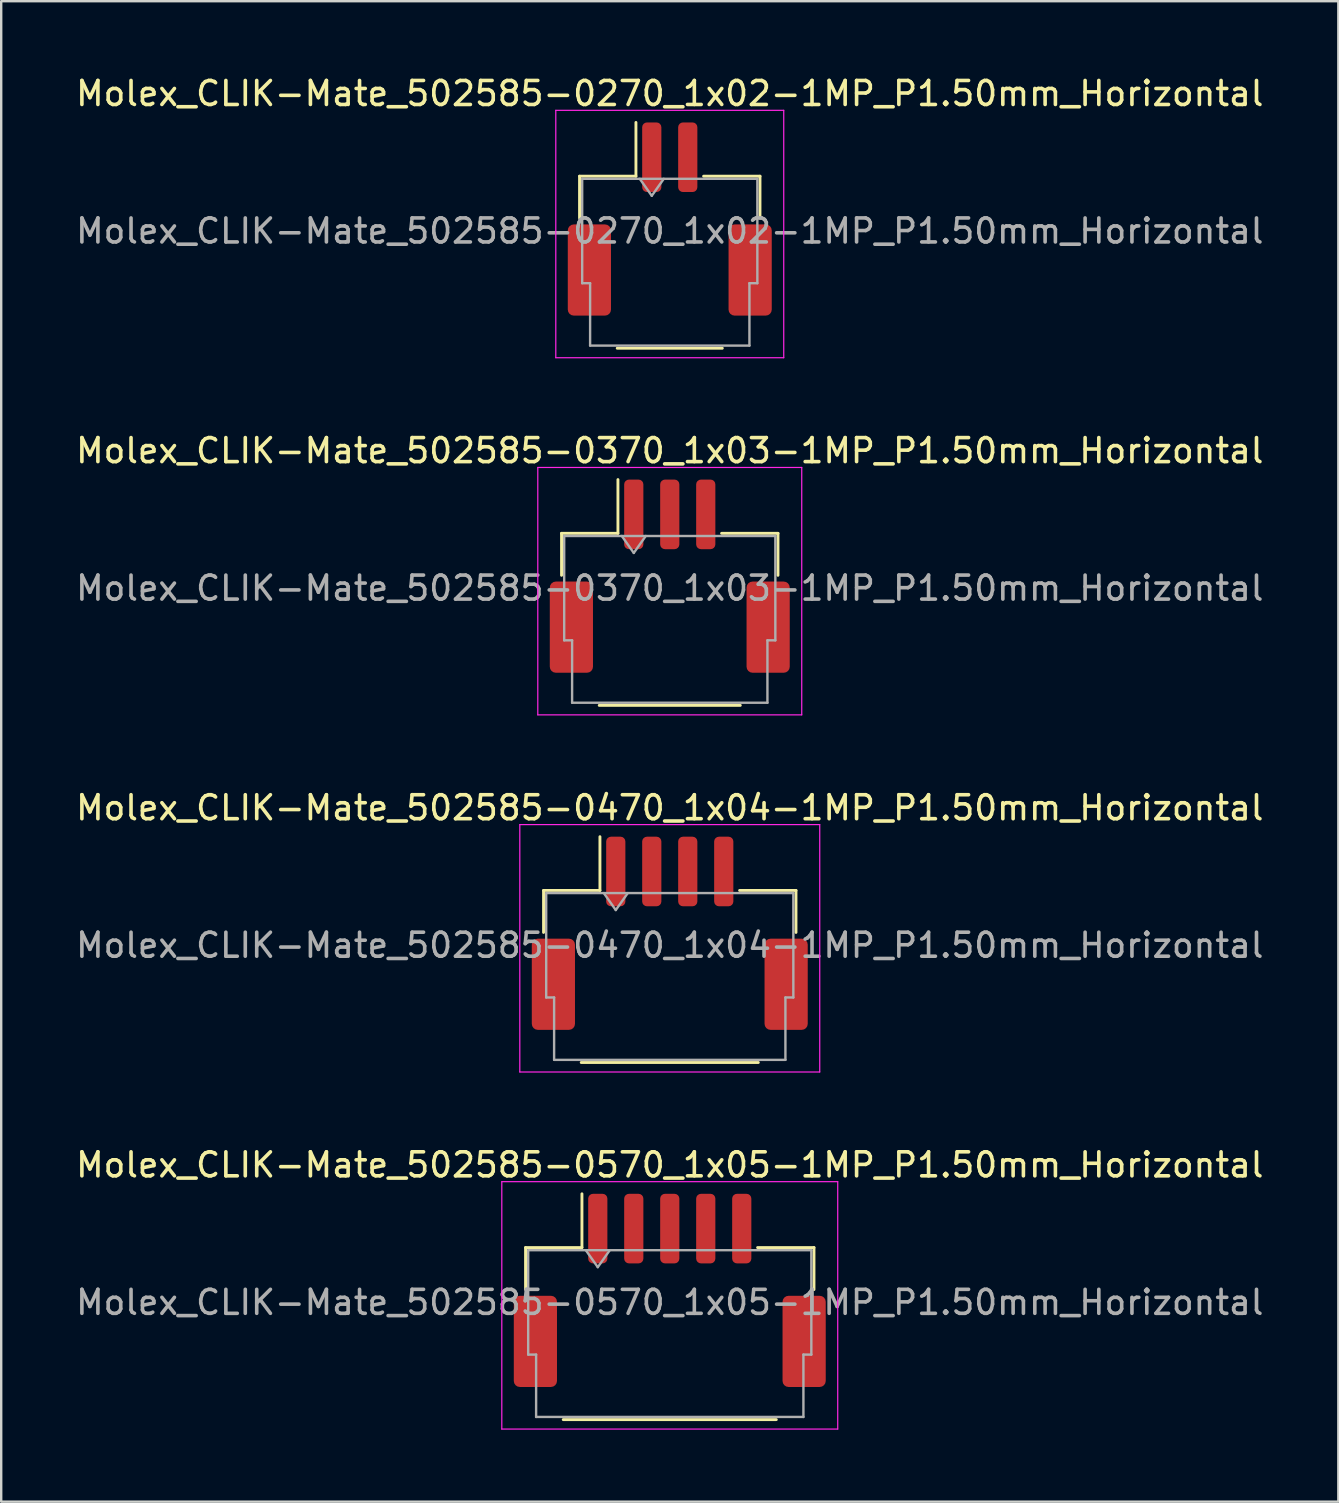
<source format=kicad_pcb>
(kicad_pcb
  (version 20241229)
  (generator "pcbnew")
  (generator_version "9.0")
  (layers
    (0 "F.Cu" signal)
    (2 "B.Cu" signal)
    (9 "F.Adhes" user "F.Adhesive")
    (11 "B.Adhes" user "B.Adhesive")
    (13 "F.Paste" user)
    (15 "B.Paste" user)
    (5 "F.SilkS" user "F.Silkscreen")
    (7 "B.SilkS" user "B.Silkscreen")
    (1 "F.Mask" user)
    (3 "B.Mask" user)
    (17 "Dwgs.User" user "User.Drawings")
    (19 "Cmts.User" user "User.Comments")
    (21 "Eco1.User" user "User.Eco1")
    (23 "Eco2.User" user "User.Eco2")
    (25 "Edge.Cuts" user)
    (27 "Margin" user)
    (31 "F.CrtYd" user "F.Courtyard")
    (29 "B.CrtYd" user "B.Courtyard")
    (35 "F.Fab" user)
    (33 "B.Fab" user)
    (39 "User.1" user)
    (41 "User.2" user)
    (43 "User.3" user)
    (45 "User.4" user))
  (footprint "Molex_CLIK-Mate_502585-0570_1x05-1MP_P1.50mm_Horizontal"
    (layer "F.Cu")
    (at 24.863 50.728)
    (property "Reference" "Molex_CLIK-Mate_502585-0570_1x05-1MP_P1.50mm_Horizontal" (at 0 -5.23 0) (layer "F.SilkS") (effects (font (size 1 1) (thickness 0.15))))
    (attr smd)
    (fp_line (start -6.01 -1.785) (end -3.66 -1.785) (stroke (width 0.12) (type solid)) (layer "F.SilkS"))
    (fp_line (start -6.01 -0.035) (end -6.01 -1.785) (stroke (width 0.12) (type solid)) (layer "F.SilkS"))
    (fp_line (start -4.44 5.385) (end 4.44 5.385) (stroke (width 0.12) (type solid)) (layer "F.SilkS"))
    (fp_line (start -3.66 -1.785) (end -3.66 -4.025) (stroke (width 0.12) (type solid)) (layer "F.SilkS"))
    (fp_line (start 6.01 -1.785) (end 3.66 -1.785) (stroke (width 0.12) (type solid)) (layer "F.SilkS"))
    (fp_line (start 6.01 -0.035) (end 6.01 -1.785) (stroke (width 0.12) (type solid)) (layer "F.SilkS"))
    (fp_line (start -7 -4.53) (end -7 5.78) (stroke (width 0.05) (type solid)) (layer "F.CrtYd"))
    (fp_line (start -7 5.78) (end 7 5.78) (stroke (width 0.05) (type solid)) (layer "F.CrtYd"))
    (fp_line (start 7 -4.53) (end -7 -4.53) (stroke (width 0.05) (type solid)) (layer "F.CrtYd"))
    (fp_line (start 7 5.78) (end 7 -4.53) (stroke (width 0.05) (type solid)) (layer "F.CrtYd"))
    (fp_line (start -5.9 -1.675) (end -5.9 2.675) (stroke (width 0.1) (type solid)) (layer "F.Fab"))
    (fp_line (start -5.9 -1.675) (end 5.9 -1.675) (stroke (width 0.1) (type solid)) (layer "F.Fab"))
    (fp_line (start -5.9 2.675) (end -5.57 2.675) (stroke (width 0.1) (type solid)) (layer "F.Fab"))
    (fp_line (start -5.57 2.675) (end -5.57 5.275) (stroke (width 0.1) (type solid)) (layer "F.Fab"))
    (fp_line (start -5.57 5.275) (end 5.57 5.275) (stroke (width 0.1) (type solid)) (layer "F.Fab"))
    (fp_line (start -3.5 -1.675) (end -3 -0.968) (stroke (width 0.1) (type solid)) (layer "F.Fab"))
    (fp_line (start -3 -0.968) (end -2.5 -1.675) (stroke (width 0.1) (type solid)) (layer "F.Fab"))
    (fp_line (start 5.57 2.675) (end 5.9 2.675) (stroke (width 0.1) (type solid)) (layer "F.Fab"))
    (fp_line (start 5.57 5.275) (end 5.57 2.675) (stroke (width 0.1) (type solid)) (layer "F.Fab"))
    (fp_line (start 5.9 -1.675) (end 5.9 2.675) (stroke (width 0.1) (type solid)) (layer "F.Fab"))
    (fp_text user "${REFERENCE}" (at 0 0.5 0) (layer "F.Fab") (effects (font (size 1 1) (thickness 0.15))))
    (pad "1" smd roundrect (at -3 -2.575) (size 0.8 2.9) (layers "F.Cu" "F.Mask" "F.Paste") (roundrect_rratio 0.25))
    (pad "2" smd roundrect (at -1.5 -2.575) (size 0.8 2.9) (layers "F.Cu" "F.Mask" "F.Paste") (roundrect_rratio 0.25))
    (pad "3" smd roundrect (at 0 -2.575) (size 0.8 2.9) (layers "F.Cu" "F.Mask" "F.Paste") (roundrect_rratio 0.25))
    (pad "4" smd roundrect (at 1.5 -2.575) (size 0.8 2.9) (layers "F.Cu" "F.Mask" "F.Paste") (roundrect_rratio 0.25))
    (pad "5" smd roundrect (at 3 -2.575) (size 0.8 2.9) (layers "F.Cu" "F.Mask" "F.Paste") (roundrect_rratio 0.25))
    (pad "MP" smd roundrect (at -5.6 2.125) (size 1.8 3.8) (layers "F.Cu" "F.Mask" "F.Paste") (roundrect_rratio 0.139))
    (pad "MP" smd roundrect (at 5.6 2.125) (size 1.8 3.8) (layers "F.Cu" "F.Mask" "F.Paste") (roundrect_rratio 0.139)))
  (footprint "Molex_CLIK-Mate_502585-0470_1x04-1MP_P1.50mm_Horizontal"
    (layer "F.Cu")
    (at 24.863 35.845)
    (property "Reference" "Molex_CLIK-Mate_502585-0470_1x04-1MP_P1.50mm_Horizontal" (at 0 -5.23 0) (layer "F.SilkS") (effects (font (size 1 1) (thickness 0.15))))
    (attr smd)
    (fp_line (start -5.26 -1.785) (end -2.91 -1.785) (stroke (width 0.12) (type solid)) (layer "F.SilkS"))
    (fp_line (start -5.26 -0.035) (end -5.26 -1.785) (stroke (width 0.12) (type solid)) (layer "F.SilkS"))
    (fp_line (start -3.69 5.385) (end 3.69 5.385) (stroke (width 0.12) (type solid)) (layer "F.SilkS"))
    (fp_line (start -2.91 -1.785) (end -2.91 -4.025) (stroke (width 0.12) (type solid)) (layer "F.SilkS"))
    (fp_line (start 5.26 -1.785) (end 2.91 -1.785) (stroke (width 0.12) (type solid)) (layer "F.SilkS"))
    (fp_line (start 5.26 -0.035) (end 5.26 -1.785) (stroke (width 0.12) (type solid)) (layer "F.SilkS"))
    (fp_line (start -6.25 -4.53) (end -6.25 5.78) (stroke (width 0.05) (type solid)) (layer "F.CrtYd"))
    (fp_line (start -6.25 5.78) (end 6.25 5.78) (stroke (width 0.05) (type solid)) (layer "F.CrtYd"))
    (fp_line (start 6.25 -4.53) (end -6.25 -4.53) (stroke (width 0.05) (type solid)) (layer "F.CrtYd"))
    (fp_line (start 6.25 5.78) (end 6.25 -4.53) (stroke (width 0.05) (type solid)) (layer "F.CrtYd"))
    (fp_line (start -5.15 -1.675) (end -5.15 2.675) (stroke (width 0.1) (type solid)) (layer "F.Fab"))
    (fp_line (start -5.15 -1.675) (end 5.15 -1.675) (stroke (width 0.1) (type solid)) (layer "F.Fab"))
    (fp_line (start -5.15 2.675) (end -4.82 2.675) (stroke (width 0.1) (type solid)) (layer "F.Fab"))
    (fp_line (start -4.82 2.675) (end -4.82 5.275) (stroke (width 0.1) (type solid)) (layer "F.Fab"))
    (fp_line (start -4.82 5.275) (end 4.82 5.275) (stroke (width 0.1) (type solid)) (layer "F.Fab"))
    (fp_line (start -2.75 -1.675) (end -2.25 -0.968) (stroke (width 0.1) (type solid)) (layer "F.Fab"))
    (fp_line (start -2.25 -0.968) (end -1.75 -1.675) (stroke (width 0.1) (type solid)) (layer "F.Fab"))
    (fp_line (start 4.82 2.675) (end 5.15 2.675) (stroke (width 0.1) (type solid)) (layer "F.Fab"))
    (fp_line (start 4.82 5.275) (end 4.82 2.675) (stroke (width 0.1) (type solid)) (layer "F.Fab"))
    (fp_line (start 5.15 -1.675) (end 5.15 2.675) (stroke (width 0.1) (type solid)) (layer "F.Fab"))
    (fp_text user "${REFERENCE}" (at 0 0.5 0) (layer "F.Fab") (effects (font (size 1 1) (thickness 0.15))))
    (pad "1" smd roundrect (at -2.25 -2.575) (size 0.8 2.9) (layers "F.Cu" "F.Mask" "F.Paste") (roundrect_rratio 0.25))
    (pad "2" smd roundrect (at -0.75 -2.575) (size 0.8 2.9) (layers "F.Cu" "F.Mask" "F.Paste") (roundrect_rratio 0.25))
    (pad "3" smd roundrect (at 0.75 -2.575) (size 0.8 2.9) (layers "F.Cu" "F.Mask" "F.Paste") (roundrect_rratio 0.25))
    (pad "4" smd roundrect (at 2.25 -2.575) (size 0.8 2.9) (layers "F.Cu" "F.Mask" "F.Paste") (roundrect_rratio 0.25))
    (pad "MP" smd roundrect (at -4.85 2.125) (size 1.8 3.8) (layers "F.Cu" "F.Mask" "F.Paste") (roundrect_rratio 0.139))
    (pad "MP" smd roundrect (at 4.85 2.125) (size 1.8 3.8) (layers "F.Cu" "F.Mask" "F.Paste") (roundrect_rratio 0.139)))
  (footprint "Molex_CLIK-Mate_502585-0370_1x03-1MP_P1.50mm_Horizontal"
    (layer "F.Cu")
    (at 24.863 20.962)
    (property "Reference" "Molex_CLIK-Mate_502585-0370_1x03-1MP_P1.50mm_Horizontal" (at 0 -5.23 0) (layer "F.SilkS") (effects (font (size 1 1) (thickness 0.15))))
    (attr smd)
    (fp_line (start -4.51 -1.785) (end -2.16 -1.785) (stroke (width 0.12) (type solid)) (layer "F.SilkS"))
    (fp_line (start -4.51 -0.035) (end -4.51 -1.785) (stroke (width 0.12) (type solid)) (layer "F.SilkS"))
    (fp_line (start -2.94 5.385) (end 2.94 5.385) (stroke (width 0.12) (type solid)) (layer "F.SilkS"))
    (fp_line (start -2.16 -1.785) (end -2.16 -4.025) (stroke (width 0.12) (type solid)) (layer "F.SilkS"))
    (fp_line (start 4.51 -1.785) (end 2.16 -1.785) (stroke (width 0.12) (type solid)) (layer "F.SilkS"))
    (fp_line (start 4.51 -0.035) (end 4.51 -1.785) (stroke (width 0.12) (type solid)) (layer "F.SilkS"))
    (fp_line (start -5.5 -4.53) (end -5.5 5.78) (stroke (width 0.05) (type solid)) (layer "F.CrtYd"))
    (fp_line (start -5.5 5.78) (end 5.5 5.78) (stroke (width 0.05) (type solid)) (layer "F.CrtYd"))
    (fp_line (start 5.5 -4.53) (end -5.5 -4.53) (stroke (width 0.05) (type solid)) (layer "F.CrtYd"))
    (fp_line (start 5.5 5.78) (end 5.5 -4.53) (stroke (width 0.05) (type solid)) (layer "F.CrtYd"))
    (fp_line (start -4.4 -1.675) (end -4.4 2.675) (stroke (width 0.1) (type solid)) (layer "F.Fab"))
    (fp_line (start -4.4 -1.675) (end 4.4 -1.675) (stroke (width 0.1) (type solid)) (layer "F.Fab"))
    (fp_line (start -4.4 2.675) (end -4.07 2.675) (stroke (width 0.1) (type solid)) (layer "F.Fab"))
    (fp_line (start -4.07 2.675) (end -4.07 5.275) (stroke (width 0.1) (type solid)) (layer "F.Fab"))
    (fp_line (start -4.07 5.275) (end 4.07 5.275) (stroke (width 0.1) (type solid)) (layer "F.Fab"))
    (fp_line (start -2 -1.675) (end -1.5 -0.968) (stroke (width 0.1) (type solid)) (layer "F.Fab"))
    (fp_line (start -1.5 -0.968) (end -1 -1.675) (stroke (width 0.1) (type solid)) (layer "F.Fab"))
    (fp_line (start 4.07 2.675) (end 4.4 2.675) (stroke (width 0.1) (type solid)) (layer "F.Fab"))
    (fp_line (start 4.07 5.275) (end 4.07 2.675) (stroke (width 0.1) (type solid)) (layer "F.Fab"))
    (fp_line (start 4.4 -1.675) (end 4.4 2.675) (stroke (width 0.1) (type solid)) (layer "F.Fab"))
    (fp_text user "${REFERENCE}" (at 0 0.5 0) (layer "F.Fab") (effects (font (size 1 1) (thickness 0.15))))
    (pad "1" smd roundrect (at -1.5 -2.575) (size 0.8 2.9) (layers "F.Cu" "F.Mask" "F.Paste") (roundrect_rratio 0.25))
    (pad "2" smd roundrect (at 0 -2.575) (size 0.8 2.9) (layers "F.Cu" "F.Mask" "F.Paste") (roundrect_rratio 0.25))
    (pad "3" smd roundrect (at 1.5 -2.575) (size 0.8 2.9) (layers "F.Cu" "F.Mask" "F.Paste") (roundrect_rratio 0.25))
    (pad "MP" smd roundrect (at -4.1 2.125) (size 1.8 3.8) (layers "F.Cu" "F.Mask" "F.Paste") (roundrect_rratio 0.139))
    (pad "MP" smd roundrect (at 4.1 2.125) (size 1.8 3.8) (layers "F.Cu" "F.Mask" "F.Paste") (roundrect_rratio 0.139)))
  (footprint "Molex_CLIK-Mate_502585-0270_1x02-1MP_P1.50mm_Horizontal"
    (layer "F.Cu")
    (at 24.863 6.078)
    (property "Reference" "Molex_CLIK-Mate_502585-0270_1x02-1MP_P1.50mm_Horizontal" (at 0 -5.23 0) (layer "F.SilkS") (effects (font (size 1 1) (thickness 0.15))))
    (attr smd)
    (fp_line (start -3.76 -1.785) (end -1.41 -1.785) (stroke (width 0.12) (type solid)) (layer "F.SilkS"))
    (fp_line (start -3.76 -0.035) (end -3.76 -1.785) (stroke (width 0.12) (type solid)) (layer "F.SilkS"))
    (fp_line (start -2.19 5.385) (end 2.19 5.385) (stroke (width 0.12) (type solid)) (layer "F.SilkS"))
    (fp_line (start -1.41 -1.785) (end -1.41 -4.025) (stroke (width 0.12) (type solid)) (layer "F.SilkS"))
    (fp_line (start 3.76 -1.785) (end 1.41 -1.785) (stroke (width 0.12) (type solid)) (layer "F.SilkS"))
    (fp_line (start 3.76 -0.035) (end 3.76 -1.785) (stroke (width 0.12) (type solid)) (layer "F.SilkS"))
    (fp_line (start -4.75 -4.53) (end -4.75 5.78) (stroke (width 0.05) (type solid)) (layer "F.CrtYd"))
    (fp_line (start -4.75 5.78) (end 4.75 5.78) (stroke (width 0.05) (type solid)) (layer "F.CrtYd"))
    (fp_line (start 4.75 -4.53) (end -4.75 -4.53) (stroke (width 0.05) (type solid)) (layer "F.CrtYd"))
    (fp_line (start 4.75 5.78) (end 4.75 -4.53) (stroke (width 0.05) (type solid)) (layer "F.CrtYd"))
    (fp_line (start -3.65 -1.675) (end -3.65 2.675) (stroke (width 0.1) (type solid)) (layer "F.Fab"))
    (fp_line (start -3.65 -1.675) (end 3.65 -1.675) (stroke (width 0.1) (type solid)) (layer "F.Fab"))
    (fp_line (start -3.65 2.675) (end -3.32 2.675) (stroke (width 0.1) (type solid)) (layer "F.Fab"))
    (fp_line (start -3.32 2.675) (end -3.32 5.275) (stroke (width 0.1) (type solid)) (layer "F.Fab"))
    (fp_line (start -3.32 5.275) (end 3.32 5.275) (stroke (width 0.1) (type solid)) (layer "F.Fab"))
    (fp_line (start -1.25 -1.675) (end -0.75 -0.968) (stroke (width 0.1) (type solid)) (layer "F.Fab"))
    (fp_line (start -0.75 -0.968) (end -0.25 -1.675) (stroke (width 0.1) (type solid)) (layer "F.Fab"))
    (fp_line (start 3.32 2.675) (end 3.65 2.675) (stroke (width 0.1) (type solid)) (layer "F.Fab"))
    (fp_line (start 3.32 5.275) (end 3.32 2.675) (stroke (width 0.1) (type solid)) (layer "F.Fab"))
    (fp_line (start 3.65 -1.675) (end 3.65 2.675) (stroke (width 0.1) (type solid)) (layer "F.Fab"))
    (fp_text user "${REFERENCE}" (at 0 0.5 0) (layer "F.Fab") (effects (font (size 1 1) (thickness 0.15))))
    (pad "1" smd roundrect (at -0.75 -2.575) (size 0.8 2.9) (layers "F.Cu" "F.Mask" "F.Paste") (roundrect_rratio 0.25))
    (pad "2" smd roundrect (at 0.75 -2.575) (size 0.8 2.9) (layers "F.Cu" "F.Mask" "F.Paste") (roundrect_rratio 0.25))
    (pad "MP" smd roundrect (at -3.35 2.125) (size 1.8 3.8) (layers "F.Cu" "F.Mask" "F.Paste") (roundrect_rratio 0.139))
    (pad "MP" smd roundrect (at 3.35 2.125) (size 1.8 3.8) (layers "F.Cu" "F.Mask" "F.Paste") (roundrect_rratio 0.139)))
  (gr_rect
    (start -3 -3)
    (end 52.726 59.533)
    (stroke (width 0.1) (type default))
    (fill no)
    (layer "Edge.Cuts")))
</source>
